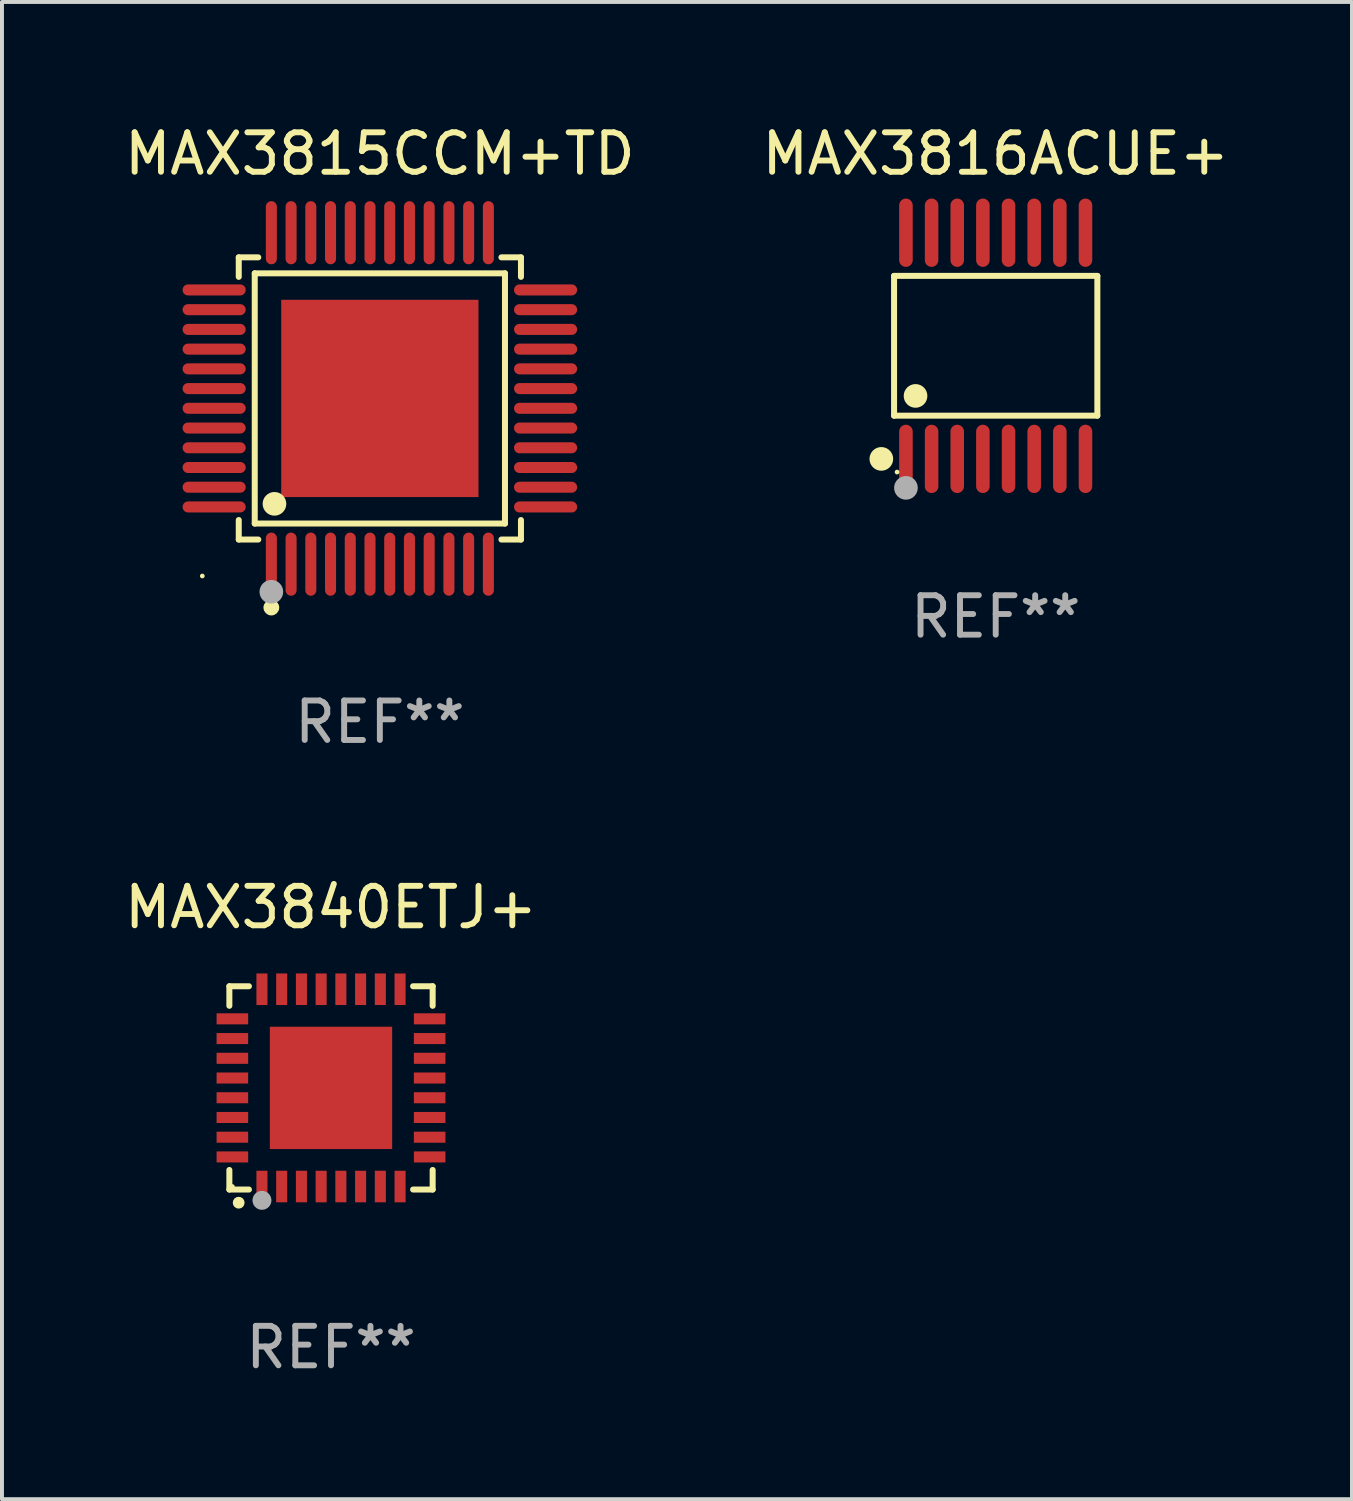
<source format=kicad_pcb>
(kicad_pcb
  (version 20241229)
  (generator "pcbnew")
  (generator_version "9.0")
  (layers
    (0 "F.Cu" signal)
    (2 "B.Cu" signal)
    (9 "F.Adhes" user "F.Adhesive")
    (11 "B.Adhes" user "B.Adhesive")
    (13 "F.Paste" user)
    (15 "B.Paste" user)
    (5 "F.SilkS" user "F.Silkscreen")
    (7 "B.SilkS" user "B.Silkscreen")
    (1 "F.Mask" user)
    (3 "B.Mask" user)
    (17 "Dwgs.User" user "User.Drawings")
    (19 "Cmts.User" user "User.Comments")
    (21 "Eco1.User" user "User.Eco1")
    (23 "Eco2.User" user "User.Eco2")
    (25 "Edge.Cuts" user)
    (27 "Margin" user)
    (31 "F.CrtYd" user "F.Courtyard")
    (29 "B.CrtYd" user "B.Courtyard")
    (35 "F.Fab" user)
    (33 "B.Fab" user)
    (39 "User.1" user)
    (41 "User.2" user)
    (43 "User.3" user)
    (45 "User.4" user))
  (footprint "MAX3840ETJ+"
    (layer "F.Cu")
    (at 5.339 24.521)
    (property "Reference" "MAX3840ETJ+" (at 0 -4.576 0) (layer "F.SilkS") (effects (font (size 1 1) (thickness 0.15))))
    (attr through_hole)
    (fp_line (start -2.576 -2.576) (end -2.08 -2.576) (stroke (width 0.152) (type solid)) (layer "F.SilkS"))
    (fp_line (start -2.576 -2.08) (end -2.576 -2.576) (stroke (width 0.152) (type solid)) (layer "F.SilkS"))
    (fp_line (start -2.576 2.08) (end -2.576 2.576) (stroke (width 0.152) (type solid)) (layer "F.SilkS"))
    (fp_line (start -2.576 2.576) (end -2.08 2.576) (stroke (width 0.152) (type solid)) (layer "F.SilkS"))
    (fp_line (start 2.576 -2.576) (end 2.08 -2.576) (stroke (width 0.152) (type solid)) (layer "F.SilkS"))
    (fp_line (start 2.576 -2.08) (end 2.576 -2.576) (stroke (width 0.152) (type solid)) (layer "F.SilkS"))
    (fp_line (start 2.576 2.08) (end 2.576 2.576) (stroke (width 0.152) (type solid)) (layer "F.SilkS"))
    (fp_line (start 2.576 2.576) (end 2.08 2.576) (stroke (width 0.152) (type solid)) (layer "F.SilkS"))
    (fp_circle (center -2.5 2.5) (end -2.47 2.5) (stroke (width 0.06) (type solid)) (fill no) (layer "F.SilkS"))
    (fp_circle (center -2.34 2.91) (end -2.265 2.91) (stroke (width 0.15) (type solid)) (fill no) (layer "F.SilkS"))
    (fp_circle (center -1.75 2.85) (end -1.63 2.85) (stroke (width 0.24) (type solid)) (fill no) (layer "F.Fab"))
    (fp_text user "REF**" (at 0 6.576 0) (layer "F.Fab") (effects (font (size 1 1) (thickness 0.15))))
    (pad "1" smd rect (at -1.75 2.5) (size 0.28 0.8) (layers "F.Cu" "F.Mask" "F.Paste"))
    (pad "2" smd rect (at -1.25 2.5) (size 0.28 0.8) (layers "F.Cu" "F.Mask" "F.Paste"))
    (pad "3" smd rect (at -0.75 2.5) (size 0.28 0.8) (layers "F.Cu" "F.Mask" "F.Paste"))
    (pad "4" smd rect (at -0.25 2.5) (size 0.28 0.8) (layers "F.Cu" "F.Mask" "F.Paste"))
    (pad "5" smd rect (at 0.25 2.5) (size 0.28 0.8) (layers "F.Cu" "F.Mask" "F.Paste"))
    (pad "6" smd rect (at 0.75 2.5) (size 0.28 0.8) (layers "F.Cu" "F.Mask" "F.Paste"))
    (pad "7" smd rect (at 1.25 2.5) (size 0.28 0.8) (layers "F.Cu" "F.Mask" "F.Paste"))
    (pad "8" smd rect (at 1.75 2.5) (size 0.28 0.8) (layers "F.Cu" "F.Mask" "F.Paste"))
    (pad "9" smd rect (at 2.5 1.75) (size 0.8 0.28) (layers "F.Cu" "F.Mask" "F.Paste"))
    (pad "10" smd rect (at 2.5 1.25) (size 0.8 0.28) (layers "F.Cu" "F.Mask" "F.Paste"))
    (pad "11" smd rect (at 2.5 0.75) (size 0.8 0.28) (layers "F.Cu" "F.Mask" "F.Paste"))
    (pad "12" smd rect (at 2.5 0.25) (size 0.8 0.28) (layers "F.Cu" "F.Mask" "F.Paste"))
    (pad "13" smd rect (at 2.5 -0.25) (size 0.8 0.28) (layers "F.Cu" "F.Mask" "F.Paste"))
    (pad "14" smd rect (at 2.5 -0.75) (size 0.8 0.28) (layers "F.Cu" "F.Mask" "F.Paste"))
    (pad "15" smd rect (at 2.5 -1.25) (size 0.8 0.28) (layers "F.Cu" "F.Mask" "F.Paste"))
    (pad "16" smd rect (at 2.5 -1.75) (size 0.8 0.28) (layers "F.Cu" "F.Mask" "F.Paste"))
    (pad "17" smd rect (at 1.75 -2.5) (size 0.28 0.8) (layers "F.Cu" "F.Mask" "F.Paste"))
    (pad "18" smd rect (at 1.25 -2.5) (size 0.28 0.8) (layers "F.Cu" "F.Mask" "F.Paste"))
    (pad "19" smd rect (at 0.75 -2.5) (size 0.28 0.8) (layers "F.Cu" "F.Mask" "F.Paste"))
    (pad "20" smd rect (at 0.25 -2.5) (size 0.28 0.8) (layers "F.Cu" "F.Mask" "F.Paste"))
    (pad "21" smd rect (at -0.25 -2.5) (size 0.28 0.8) (layers "F.Cu" "F.Mask" "F.Paste"))
    (pad "22" smd rect (at -0.75 -2.5) (size 0.28 0.8) (layers "F.Cu" "F.Mask" "F.Paste"))
    (pad "23" smd rect (at -1.25 -2.5) (size 0.28 0.8) (layers "F.Cu" "F.Mask" "F.Paste"))
    (pad "24" smd rect (at -1.75 -2.5) (size 0.28 0.8) (layers "F.Cu" "F.Mask" "F.Paste"))
    (pad "25" smd rect (at -2.5 -1.75) (size 0.8 0.28) (layers "F.Cu" "F.Mask" "F.Paste"))
    (pad "26" smd rect (at -2.5 -1.25) (size 0.8 0.28) (layers "F.Cu" "F.Mask" "F.Paste"))
    (pad "27" smd rect (at -2.5 -0.75) (size 0.8 0.28) (layers "F.Cu" "F.Mask" "F.Paste"))
    (pad "28" smd rect (at -2.5 -0.25) (size 0.8 0.28) (layers "F.Cu" "F.Mask" "F.Paste"))
    (pad "29" smd rect (at -2.5 0.25) (size 0.8 0.28) (layers "F.Cu" "F.Mask" "F.Paste"))
    (pad "30" smd rect (at -2.5 0.75) (size 0.8 0.28) (layers "F.Cu" "F.Mask" "F.Paste"))
    (pad "31" smd rect (at -2.5 1.25) (size 0.8 0.28) (layers "F.Cu" "F.Mask" "F.Paste"))
    (pad "32" smd rect (at -2.5 1.75) (size 0.8 0.28) (layers "F.Cu" "F.Mask" "F.Paste"))
    (pad "33" smd rect (at 0 0) (size 3.1 3.1) (layers "F.Cu" "F.Mask" "F.Paste")))
  (footprint "MAX3816ACUE+"
    (layer "F.Cu")
    (at 22.185 5.714)
    (property "Reference" "MAX3816ACUE+" (at 0 -4.866 0) (layer "F.SilkS") (effects (font (size 1 1) (thickness 0.15))))
    (attr through_hole)
    (fp_line (start -2.576 -1.772) (end 2.576 -1.772) (stroke (width 0.152) (type solid)) (layer "F.SilkS"))
    (fp_line (start -2.576 1.771) (end -2.576 -1.772) (stroke (width 0.152) (type solid)) (layer "F.SilkS"))
    (fp_line (start 2.576 -1.772) (end 2.576 1.771) (stroke (width 0.152) (type solid)) (layer "F.SilkS"))
    (fp_line (start 2.576 1.771) (end -2.576 1.771) (stroke (width 0.152) (type solid)) (layer "F.SilkS"))
    (fp_circle (center -2.899 2.866) (end -2.749 2.866) (stroke (width 0.3) (type solid)) (fill no) (layer "F.SilkS"))
    (fp_circle (center -2.5 3.2) (end -2.47 3.2) (stroke (width 0.06) (type solid)) (fill no) (layer "F.SilkS"))
    (fp_circle (center -2.032 1.27) (end -1.882 1.27) (stroke (width 0.3) (type solid)) (fill no) (layer "F.SilkS"))
    (fp_circle (center -2.275 3.6) (end -2.125 3.6) (stroke (width 0.3) (type solid)) (fill no) (layer "F.Fab"))
    (fp_text user "REF**" (at 0 6.866 0) (layer "F.Fab") (effects (font (size 1 1) (thickness 0.15))))
    (pad "1" smd oval (at -2.275 2.866) (size 0.343 1.731) (layers "F.Cu" "F.Mask" "F.Paste"))
    (pad "2" smd oval (at -1.625 2.866) (size 0.343 1.731) (layers "F.Cu" "F.Mask" "F.Paste"))
    (pad "3" smd oval (at -0.975 2.866) (size 0.343 1.731) (layers "F.Cu" "F.Mask" "F.Paste"))
    (pad "4" smd oval (at -0.325 2.866) (size 0.343 1.731) (layers "F.Cu" "F.Mask" "F.Paste"))
    (pad "5" smd oval (at 0.325 2.866) (size 0.343 1.731) (layers "F.Cu" "F.Mask" "F.Paste"))
    (pad "6" smd oval (at 0.975 2.866) (size 0.343 1.731) (layers "F.Cu" "F.Mask" "F.Paste"))
    (pad "7" smd oval (at 1.625 2.866) (size 0.343 1.731) (layers "F.Cu" "F.Mask" "F.Paste"))
    (pad "8" smd oval (at 2.275 2.866) (size 0.343 1.731) (layers "F.Cu" "F.Mask" "F.Paste"))
    (pad "9" smd oval (at 2.275 -2.866) (size 0.343 1.731) (layers "F.Cu" "F.Mask" "F.Paste"))
    (pad "10" smd oval (at 1.625 -2.866) (size 0.343 1.731) (layers "F.Cu" "F.Mask" "F.Paste"))
    (pad "11" smd oval (at 0.975 -2.866) (size 0.343 1.731) (layers "F.Cu" "F.Mask" "F.Paste"))
    (pad "12" smd oval (at 0.325 -2.866) (size 0.343 1.731) (layers "F.Cu" "F.Mask" "F.Paste"))
    (pad "13" smd oval (at -0.325 -2.866) (size 0.343 1.731) (layers "F.Cu" "F.Mask" "F.Paste"))
    (pad "14" smd oval (at -0.975 -2.866) (size 0.343 1.731) (layers "F.Cu" "F.Mask" "F.Paste"))
    (pad "15" smd oval (at -1.625 -2.866) (size 0.343 1.731) (layers "F.Cu" "F.Mask" "F.Paste"))
    (pad "16" smd oval (at -2.275 -2.866) (size 0.343 1.731) (layers "F.Cu" "F.Mask" "F.Paste")))
  (footprint "MAX3815CCM+TD"
    (layer "F.Cu")
    (at 6.577 7.048)
    (property "Reference" "MAX3815CCM+TD" (at 0 -6.2 0) (layer "F.SilkS") (effects (font (size 1 1) (thickness 0.15))))
    (attr through_hole)
    (fp_line (start -3.576 -3.576) (end -3.081 -3.576) (stroke (width 0.152) (type solid)) (layer "F.SilkS"))
    (fp_line (start -3.576 -3.081) (end -3.576 -3.576) (stroke (width 0.152) (type solid)) (layer "F.SilkS"))
    (fp_line (start -3.576 3.081) (end -3.576 3.576) (stroke (width 0.152) (type solid)) (layer "F.SilkS"))
    (fp_line (start -3.576 3.576) (end -3.081 3.576) (stroke (width 0.152) (type solid)) (layer "F.SilkS"))
    (fp_line (start -3.171 -3.171) (end 3.171 -3.171) (stroke (width 0.152) (type solid)) (layer "F.SilkS"))
    (fp_line (start -3.171 3.171) (end -3.171 -3.171) (stroke (width 0.152) (type solid)) (layer "F.SilkS"))
    (fp_line (start 3.171 -3.171) (end 3.171 3.171) (stroke (width 0.152) (type solid)) (layer "F.SilkS"))
    (fp_line (start 3.171 3.171) (end -3.171 3.171) (stroke (width 0.152) (type solid)) (layer "F.SilkS"))
    (fp_line (start 3.576 -3.576) (end 3.081 -3.576) (stroke (width 0.152) (type solid)) (layer "F.SilkS"))
    (fp_line (start 3.576 -3.081) (end 3.576 -3.576) (stroke (width 0.152) (type solid)) (layer "F.SilkS"))
    (fp_line (start 3.576 3.081) (end 3.576 3.576) (stroke (width 0.152) (type solid)) (layer "F.SilkS"))
    (fp_line (start 3.576 3.576) (end 3.081 3.576) (stroke (width 0.152) (type solid)) (layer "F.SilkS"))
    (fp_circle (center -4.5 4.5) (end -4.47 4.5) (stroke (width 0.06) (type solid)) (fill no) (layer "F.SilkS"))
    (fp_circle (center -2.75 5.3) (end -2.65 5.3) (stroke (width 0.2) (type solid)) (fill no) (layer "F.SilkS"))
    (fp_circle (center -2.671 2.671) (end -2.521 2.671) (stroke (width 0.3) (type solid)) (fill no) (layer "F.SilkS"))
    (fp_circle (center -2.75 4.9) (end -2.6 4.9) (stroke (width 0.3) (type solid)) (fill no) (layer "F.Fab"))
    (fp_text user "REF**" (at 0 8.2 0) (layer "F.Fab") (effects (font (size 1 1) (thickness 0.15))))
    (pad "1" smd oval (at -2.75 4.2) (size 0.28 1.6) (layers "F.Cu" "F.Mask" "F.Paste"))
    (pad "2" smd oval (at -2.25 4.2) (size 0.28 1.6) (layers "F.Cu" "F.Mask" "F.Paste"))
    (pad "3" smd oval (at -1.75 4.2) (size 0.28 1.6) (layers "F.Cu" "F.Mask" "F.Paste"))
    (pad "4" smd oval (at -1.25 4.2) (size 0.28 1.6) (layers "F.Cu" "F.Mask" "F.Paste"))
    (pad "5" smd oval (at -0.75 4.2) (size 0.28 1.6) (layers "F.Cu" "F.Mask" "F.Paste"))
    (pad "6" smd oval (at -0.25 4.2) (size 0.28 1.6) (layers "F.Cu" "F.Mask" "F.Paste"))
    (pad "7" smd oval (at 0.25 4.2) (size 0.28 1.6) (layers "F.Cu" "F.Mask" "F.Paste"))
    (pad "8" smd oval (at 0.75 4.2) (size 0.28 1.6) (layers "F.Cu" "F.Mask" "F.Paste"))
    (pad "9" smd oval (at 1.25 4.2) (size 0.28 1.6) (layers "F.Cu" "F.Mask" "F.Paste"))
    (pad "10" smd oval (at 1.75 4.2) (size 0.28 1.6) (layers "F.Cu" "F.Mask" "F.Paste"))
    (pad "11" smd oval (at 2.25 4.2) (size 0.28 1.6) (layers "F.Cu" "F.Mask" "F.Paste"))
    (pad "12" smd oval (at 2.75 4.2) (size 0.28 1.6) (layers "F.Cu" "F.Mask" "F.Paste"))
    (pad "13" smd oval (at 4.2 2.75) (size 1.6 0.28) (layers "F.Cu" "F.Mask" "F.Paste"))
    (pad "14" smd oval (at 4.2 2.25) (size 1.6 0.28) (layers "F.Cu" "F.Mask" "F.Paste"))
    (pad "15" smd oval (at 4.2 1.75) (size 1.6 0.28) (layers "F.Cu" "F.Mask" "F.Paste"))
    (pad "16" smd oval (at 4.2 1.25) (size 1.6 0.28) (layers "F.Cu" "F.Mask" "F.Paste"))
    (pad "17" smd oval (at 4.2 0.75) (size 1.6 0.28) (layers "F.Cu" "F.Mask" "F.Paste"))
    (pad "18" smd oval (at 4.2 0.25) (size 1.6 0.28) (layers "F.Cu" "F.Mask" "F.Paste"))
    (pad "19" smd oval (at 4.2 -0.25) (size 1.6 0.28) (layers "F.Cu" "F.Mask" "F.Paste"))
    (pad "20" smd oval (at 4.2 -0.75) (size 1.6 0.28) (layers "F.Cu" "F.Mask" "F.Paste"))
    (pad "21" smd oval (at 4.2 -1.25) (size 1.6 0.28) (layers "F.Cu" "F.Mask" "F.Paste"))
    (pad "22" smd oval (at 4.2 -1.75) (size 1.6 0.28) (layers "F.Cu" "F.Mask" "F.Paste"))
    (pad "23" smd oval (at 4.2 -2.25) (size 1.6 0.28) (layers "F.Cu" "F.Mask" "F.Paste"))
    (pad "24" smd oval (at 4.2 -2.75) (size 1.6 0.28) (layers "F.Cu" "F.Mask" "F.Paste"))
    (pad "25" smd oval (at 2.75 -4.2) (size 0.28 1.6) (layers "F.Cu" "F.Mask" "F.Paste"))
    (pad "26" smd oval (at 2.25 -4.2) (size 0.28 1.6) (layers "F.Cu" "F.Mask" "F.Paste"))
    (pad "27" smd oval (at 1.75 -4.2) (size 0.28 1.6) (layers "F.Cu" "F.Mask" "F.Paste"))
    (pad "28" smd oval (at 1.25 -4.2) (size 0.28 1.6) (layers "F.Cu" "F.Mask" "F.Paste"))
    (pad "29" smd oval (at 0.75 -4.2) (size 0.28 1.6) (layers "F.Cu" "F.Mask" "F.Paste"))
    (pad "30" smd oval (at 0.25 -4.2) (size 0.28 1.6) (layers "F.Cu" "F.Mask" "F.Paste"))
    (pad "31" smd oval (at -0.25 -4.2) (size 0.28 1.6) (layers "F.Cu" "F.Mask" "F.Paste"))
    (pad "32" smd oval (at -0.75 -4.2) (size 0.28 1.6) (layers "F.Cu" "F.Mask" "F.Paste"))
    (pad "33" smd oval (at -1.25 -4.2) (size 0.28 1.6) (layers "F.Cu" "F.Mask" "F.Paste"))
    (pad "34" smd oval (at -1.75 -4.2) (size 0.28 1.6) (layers "F.Cu" "F.Mask" "F.Paste"))
    (pad "35" smd oval (at -2.25 -4.2) (size 0.28 1.6) (layers "F.Cu" "F.Mask" "F.Paste"))
    (pad "36" smd oval (at -2.75 -4.2) (size 0.28 1.6) (layers "F.Cu" "F.Mask" "F.Paste"))
    (pad "37" smd oval (at -4.2 -2.75) (size 1.6 0.28) (layers "F.Cu" "F.Mask" "F.Paste"))
    (pad "38" smd oval (at -4.2 -2.25) (size 1.6 0.28) (layers "F.Cu" "F.Mask" "F.Paste"))
    (pad "39" smd oval (at -4.2 -1.75) (size 1.6 0.28) (layers "F.Cu" "F.Mask" "F.Paste"))
    (pad "40" smd oval (at -4.2 -1.25) (size 1.6 0.28) (layers "F.Cu" "F.Mask" "F.Paste"))
    (pad "41" smd oval (at -4.2 -0.75) (size 1.6 0.28) (layers "F.Cu" "F.Mask" "F.Paste"))
    (pad "42" smd oval (at -4.2 -0.25) (size 1.6 0.28) (layers "F.Cu" "F.Mask" "F.Paste"))
    (pad "43" smd oval (at -4.2 0.25) (size 1.6 0.28) (layers "F.Cu" "F.Mask" "F.Paste"))
    (pad "44" smd oval (at -4.2 0.75) (size 1.6 0.28) (layers "F.Cu" "F.Mask" "F.Paste"))
    (pad "45" smd oval (at -4.2 1.25) (size 1.6 0.28) (layers "F.Cu" "F.Mask" "F.Paste"))
    (pad "46" smd oval (at -4.2 1.75) (size 1.6 0.28) (layers "F.Cu" "F.Mask" "F.Paste"))
    (pad "47" smd oval (at -4.2 2.25) (size 1.6 0.28) (layers "F.Cu" "F.Mask" "F.Paste"))
    (pad "48" smd oval (at -4.2 2.75) (size 1.6 0.28) (layers "F.Cu" "F.Mask" "F.Paste"))
    (pad "49" smd rect (at 0 0) (size 5 5) (layers "F.Cu" "F.Mask" "F.Paste")))
  (gr_rect
    (start -3 -3)
    (end 31.214 34.945)
    (stroke (width 0.1) (type default))
    (fill no)
    (layer "Edge.Cuts")))
</source>
